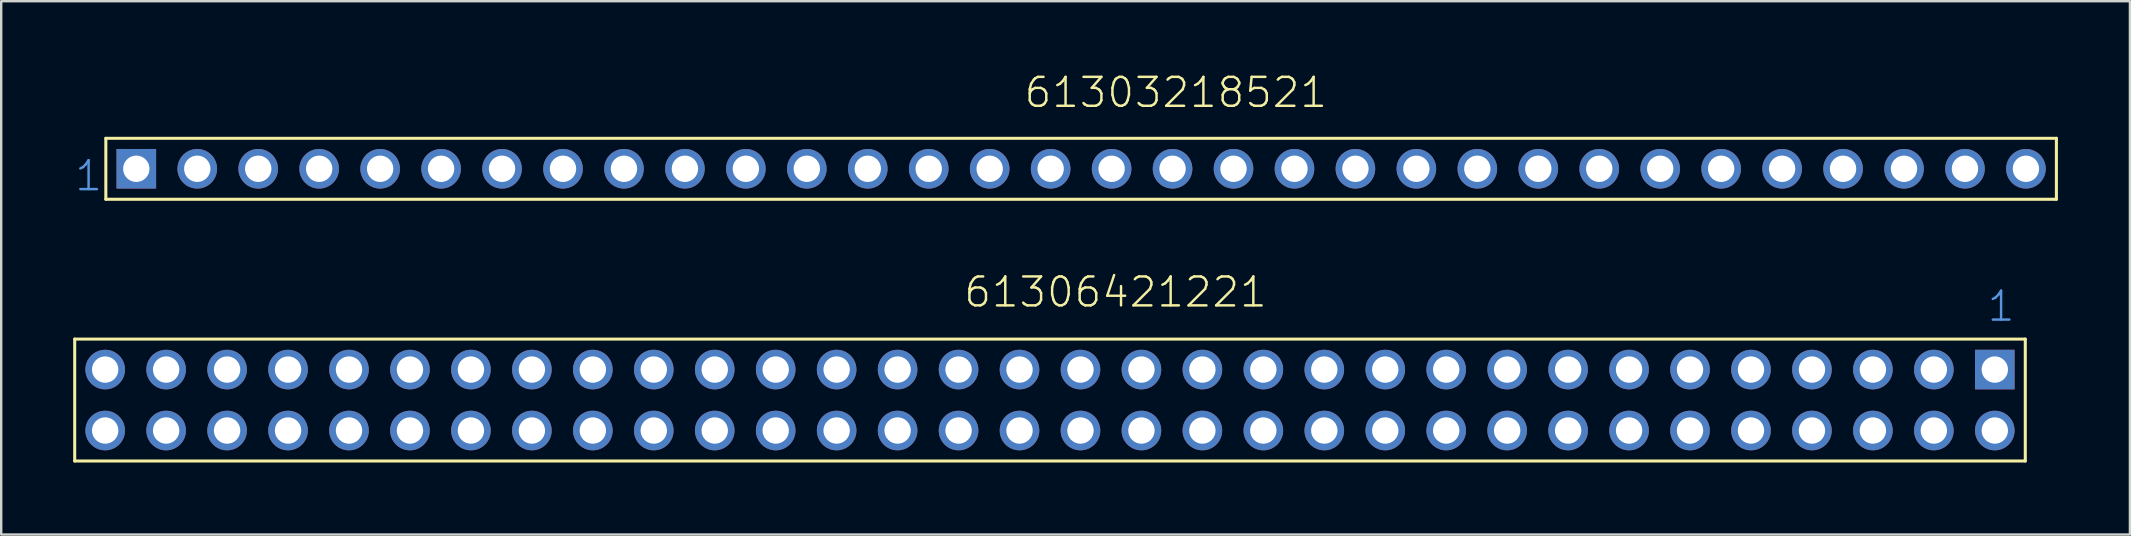
<source format=kicad_pcb>
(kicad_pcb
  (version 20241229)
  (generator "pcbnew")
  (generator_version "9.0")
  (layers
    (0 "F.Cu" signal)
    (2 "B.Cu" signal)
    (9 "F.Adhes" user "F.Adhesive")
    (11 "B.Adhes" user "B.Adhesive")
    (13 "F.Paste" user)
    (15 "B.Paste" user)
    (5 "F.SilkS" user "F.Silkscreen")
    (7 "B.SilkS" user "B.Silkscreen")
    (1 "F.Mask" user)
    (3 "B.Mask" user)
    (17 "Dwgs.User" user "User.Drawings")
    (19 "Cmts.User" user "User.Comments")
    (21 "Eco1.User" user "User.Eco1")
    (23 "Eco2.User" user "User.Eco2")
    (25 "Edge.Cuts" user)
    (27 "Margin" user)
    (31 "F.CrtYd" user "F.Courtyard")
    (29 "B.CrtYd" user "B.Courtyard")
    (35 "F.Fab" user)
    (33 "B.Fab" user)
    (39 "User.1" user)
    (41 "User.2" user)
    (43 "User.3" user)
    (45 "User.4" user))
  (footprint "61303218521"
    (layer "F.Cu")
    (at 42 3.983)
    (property "Reference" "61303218521" (at -2.438 -2.472 0) (layer "F.SilkS") (effects (font (size 1.206 1.206) (thickness 0.102)) (justify left bottom)))
    (attr through_hole)
    (fp_line (start -40.64 -1.27) (end 40.64 -1.27) (stroke (width 0.127) (type solid)) (layer "F.SilkS"))
    (fp_line (start -40.64 1.27) (end -40.64 -1.27) (stroke (width 0.127) (type solid)) (layer "F.SilkS"))
    (fp_line (start 40.64 -1.27) (end 40.64 1.27) (stroke (width 0.127) (type solid)) (layer "F.SilkS"))
    (fp_line (start 40.64 1.27) (end -40.64 1.27) (stroke (width 0.127) (type solid)) (layer "F.SilkS"))
    (fp_text user "1" (at -42 1 0) (layer "Cmts.User") (effects (font (size 1.206 1.206) (thickness 0.102)) (justify left bottom)))
    (pad "1" thru_hole rect (at -39.37 0) (size 1.65 1.65) (drill 1.1) (layers "*.Cu" "*.Mask"))
    (pad "2" thru_hole circle (at -36.83 0) (size 1.65 1.65) (drill 1.1) (layers "*.Cu" "*.Mask"))
    (pad "3" thru_hole circle (at -34.29 0) (size 1.65 1.65) (drill 1.1) (layers "*.Cu" "*.Mask"))
    (pad "4" thru_hole circle (at -31.75 0) (size 1.65 1.65) (drill 1.1) (layers "*.Cu" "*.Mask"))
    (pad "5" thru_hole circle (at -29.21 0) (size 1.65 1.65) (drill 1.1) (layers "*.Cu" "*.Mask"))
    (pad "6" thru_hole circle (at -26.67 0) (size 1.65 1.65) (drill 1.1) (layers "*.Cu" "*.Mask"))
    (pad "7" thru_hole circle (at -24.13 0) (size 1.65 1.65) (drill 1.1) (layers "*.Cu" "*.Mask"))
    (pad "8" thru_hole circle (at -21.59 0) (size 1.65 1.65) (drill 1.1) (layers "*.Cu" "*.Mask"))
    (pad "9" thru_hole circle (at -19.05 0) (size 1.65 1.65) (drill 1.1) (layers "*.Cu" "*.Mask"))
    (pad "10" thru_hole circle (at -16.51 0) (size 1.65 1.65) (drill 1.1) (layers "*.Cu" "*.Mask"))
    (pad "11" thru_hole circle (at -13.97 0) (size 1.65 1.65) (drill 1.1) (layers "*.Cu" "*.Mask"))
    (pad "12" thru_hole circle (at -11.43 0) (size 1.65 1.65) (drill 1.1) (layers "*.Cu" "*.Mask"))
    (pad "13" thru_hole circle (at -8.89 0) (size 1.65 1.65) (drill 1.1) (layers "*.Cu" "*.Mask"))
    (pad "14" thru_hole circle (at -6.35 0) (size 1.65 1.65) (drill 1.1) (layers "*.Cu" "*.Mask"))
    (pad "15" thru_hole circle (at -3.81 0) (size 1.65 1.65) (drill 1.1) (layers "*.Cu" "*.Mask"))
    (pad "16" thru_hole circle (at -1.27 0) (size 1.65 1.65) (drill 1.1) (layers "*.Cu" "*.Mask"))
    (pad "17" thru_hole circle (at 1.27 0) (size 1.65 1.65) (drill 1.1) (layers "*.Cu" "*.Mask"))
    (pad "18" thru_hole circle (at 3.81 0) (size 1.65 1.65) (drill 1.1) (layers "*.Cu" "*.Mask"))
    (pad "19" thru_hole circle (at 6.35 0) (size 1.65 1.65) (drill 1.1) (layers "*.Cu" "*.Mask"))
    (pad "20" thru_hole circle (at 8.89 0) (size 1.65 1.65) (drill 1.1) (layers "*.Cu" "*.Mask"))
    (pad "21" thru_hole circle (at 11.43 0) (size 1.65 1.65) (drill 1.1) (layers "*.Cu" "*.Mask"))
    (pad "22" thru_hole circle (at 13.97 0) (size 1.65 1.65) (drill 1.1) (layers "*.Cu" "*.Mask"))
    (pad "23" thru_hole circle (at 16.51 0) (size 1.65 1.65) (drill 1.1) (layers "*.Cu" "*.Mask"))
    (pad "24" thru_hole circle (at 19.05 0) (size 1.65 1.65) (drill 1.1) (layers "*.Cu" "*.Mask"))
    (pad "25" thru_hole circle (at 21.59 0) (size 1.65 1.65) (drill 1.1) (layers "*.Cu" "*.Mask"))
    (pad "26" thru_hole circle (at 24.13 0) (size 1.65 1.65) (drill 1.1) (layers "*.Cu" "*.Mask"))
    (pad "27" thru_hole circle (at 26.67 0) (size 1.65 1.65) (drill 1.1) (layers "*.Cu" "*.Mask"))
    (pad "28" thru_hole circle (at 29.21 0) (size 1.65 1.65) (drill 1.1) (layers "*.Cu" "*.Mask"))
    (pad "29" thru_hole circle (at 31.75 0) (size 1.65 1.65) (drill 1.1) (layers "*.Cu" "*.Mask"))
    (pad "30" thru_hole circle (at 34.29 0) (size 1.65 1.65) (drill 1.1) (layers "*.Cu" "*.Mask"))
    (pad "31" thru_hole circle (at 36.83 0) (size 1.65 1.65) (drill 1.1) (layers "*.Cu" "*.Mask"))
    (pad "32" thru_hole circle (at 39.37 0) (size 1.65 1.65) (drill 1.1) (layers "*.Cu" "*.Mask")))
  (footprint "61306421221"
    (layer "F.Cu")
    (at 40.703 13.62)
    (property "Reference" "61306421221" (at -3.654 -3.792 0) (layer "F.SilkS") (effects (font (size 1.206 1.206) (thickness 0.102)) (justify left bottom)))
    (attr through_hole)
    (fp_line (start -40.64 -2.54) (end 40.64 -2.54) (stroke (width 0.127) (type solid)) (layer "F.SilkS"))
    (fp_line (start -40.64 2.54) (end -40.64 -2.54) (stroke (width 0.127) (type solid)) (layer "F.SilkS"))
    (fp_line (start 40.64 -2.54) (end 40.64 2.54) (stroke (width 0.127) (type solid)) (layer "F.SilkS"))
    (fp_line (start 40.64 2.54) (end -40.64 2.54) (stroke (width 0.127) (type solid)) (layer "F.SilkS"))
    (fp_text user "1" (at 38.99 -3.2 0) (layer "Cmts.User") (effects (font (size 1.206 1.206) (thickness 0.102)) (justify left bottom)))
    (pad "1" thru_hole rect (at 39.37 -1.27) (size 1.65 1.65) (drill 1.1) (layers "*.Cu" "*.Mask"))
    (pad "2" thru_hole circle (at 36.83 -1.27) (size 1.65 1.65) (drill 1.1) (layers "*.Cu" "*.Mask"))
    (pad "3" thru_hole circle (at 34.29 -1.27) (size 1.65 1.65) (drill 1.1) (layers "*.Cu" "*.Mask"))
    (pad "4" thru_hole circle (at 31.75 -1.27) (size 1.65 1.65) (drill 1.1) (layers "*.Cu" "*.Mask"))
    (pad "5" thru_hole circle (at 29.21 -1.27) (size 1.65 1.65) (drill 1.1) (layers "*.Cu" "*.Mask"))
    (pad "6" thru_hole circle (at 26.67 -1.27) (size 1.65 1.65) (drill 1.1) (layers "*.Cu" "*.Mask"))
    (pad "7" thru_hole circle (at 24.13 -1.27) (size 1.65 1.65) (drill 1.1) (layers "*.Cu" "*.Mask"))
    (pad "8" thru_hole circle (at 21.59 -1.27) (size 1.65 1.65) (drill 1.1) (layers "*.Cu" "*.Mask"))
    (pad "9" thru_hole circle (at 19.05 -1.27) (size 1.65 1.65) (drill 1.1) (layers "*.Cu" "*.Mask"))
    (pad "10" thru_hole circle (at 16.51 -1.27) (size 1.65 1.65) (drill 1.1) (layers "*.Cu" "*.Mask"))
    (pad "11" thru_hole circle (at 13.97 -1.27) (size 1.65 1.65) (drill 1.1) (layers "*.Cu" "*.Mask"))
    (pad "12" thru_hole circle (at 11.43 -1.27) (size 1.65 1.65) (drill 1.1) (layers "*.Cu" "*.Mask"))
    (pad "13" thru_hole circle (at 8.89 -1.27) (size 1.65 1.65) (drill 1.1) (layers "*.Cu" "*.Mask"))
    (pad "14" thru_hole circle (at 6.35 -1.27) (size 1.65 1.65) (drill 1.1) (layers "*.Cu" "*.Mask"))
    (pad "15" thru_hole circle (at 3.81 -1.27) (size 1.65 1.65) (drill 1.1) (layers "*.Cu" "*.Mask"))
    (pad "16" thru_hole circle (at 1.27 -1.27) (size 1.65 1.65) (drill 1.1) (layers "*.Cu" "*.Mask"))
    (pad "17" thru_hole circle (at -1.27 -1.27) (size 1.65 1.65) (drill 1.1) (layers "*.Cu" "*.Mask"))
    (pad "18" thru_hole circle (at -3.81 -1.27) (size 1.65 1.65) (drill 1.1) (layers "*.Cu" "*.Mask"))
    (pad "19" thru_hole circle (at -6.35 -1.27) (size 1.65 1.65) (drill 1.1) (layers "*.Cu" "*.Mask"))
    (pad "20" thru_hole circle (at -8.89 -1.27) (size 1.65 1.65) (drill 1.1) (layers "*.Cu" "*.Mask"))
    (pad "21" thru_hole circle (at -11.43 -1.27) (size 1.65 1.65) (drill 1.1) (layers "*.Cu" "*.Mask"))
    (pad "22" thru_hole circle (at -13.97 -1.27) (size 1.65 1.65) (drill 1.1) (layers "*.Cu" "*.Mask"))
    (pad "23" thru_hole circle (at -16.51 -1.27) (size 1.65 1.65) (drill 1.1) (layers "*.Cu" "*.Mask"))
    (pad "24" thru_hole circle (at -19.05 -1.27) (size 1.65 1.65) (drill 1.1) (layers "*.Cu" "*.Mask"))
    (pad "25" thru_hole circle (at -21.59 -1.27) (size 1.65 1.65) (drill 1.1) (layers "*.Cu" "*.Mask"))
    (pad "26" thru_hole circle (at -24.13 -1.27) (size 1.65 1.65) (drill 1.1) (layers "*.Cu" "*.Mask"))
    (pad "27" thru_hole circle (at -26.67 -1.27) (size 1.65 1.65) (drill 1.1) (layers "*.Cu" "*.Mask"))
    (pad "28" thru_hole circle (at -29.21 -1.27) (size 1.65 1.65) (drill 1.1) (layers "*.Cu" "*.Mask"))
    (pad "29" thru_hole circle (at -31.75 -1.27) (size 1.65 1.65) (drill 1.1) (layers "*.Cu" "*.Mask"))
    (pad "30" thru_hole circle (at -34.29 -1.27) (size 1.65 1.65) (drill 1.1) (layers "*.Cu" "*.Mask"))
    (pad "31" thru_hole circle (at -36.83 -1.27) (size 1.65 1.65) (drill 1.1) (layers "*.Cu" "*.Mask"))
    (pad "32" thru_hole circle (at -39.37 -1.27) (size 1.65 1.65) (drill 1.1) (layers "*.Cu" "*.Mask"))
    (pad "33" thru_hole circle (at 39.37 1.27) (size 1.65 1.65) (drill 1.1) (layers "*.Cu" "*.Mask"))
    (pad "34" thru_hole circle (at 36.83 1.27) (size 1.65 1.65) (drill 1.1) (layers "*.Cu" "*.Mask"))
    (pad "35" thru_hole circle (at 34.29 1.27) (size 1.65 1.65) (drill 1.1) (layers "*.Cu" "*.Mask"))
    (pad "36" thru_hole circle (at 31.75 1.27) (size 1.65 1.65) (drill 1.1) (layers "*.Cu" "*.Mask"))
    (pad "37" thru_hole circle (at 29.21 1.27) (size 1.65 1.65) (drill 1.1) (layers "*.Cu" "*.Mask"))
    (pad "38" thru_hole circle (at 26.67 1.27) (size 1.65 1.65) (drill 1.1) (layers "*.Cu" "*.Mask"))
    (pad "39" thru_hole circle (at 24.13 1.27) (size 1.65 1.65) (drill 1.1) (layers "*.Cu" "*.Mask"))
    (pad "40" thru_hole circle (at 21.59 1.27) (size 1.65 1.65) (drill 1.1) (layers "*.Cu" "*.Mask"))
    (pad "41" thru_hole circle (at 19.05 1.27) (size 1.65 1.65) (drill 1.1) (layers "*.Cu" "*.Mask"))
    (pad "42" thru_hole circle (at 16.51 1.27) (size 1.65 1.65) (drill 1.1) (layers "*.Cu" "*.Mask"))
    (pad "43" thru_hole circle (at 13.97 1.27) (size 1.65 1.65) (drill 1.1) (layers "*.Cu" "*.Mask"))
    (pad "44" thru_hole circle (at 11.43 1.27) (size 1.65 1.65) (drill 1.1) (layers "*.Cu" "*.Mask"))
    (pad "45" thru_hole circle (at 8.89 1.27) (size 1.65 1.65) (drill 1.1) (layers "*.Cu" "*.Mask"))
    (pad "46" thru_hole circle (at 6.35 1.27) (size 1.65 1.65) (drill 1.1) (layers "*.Cu" "*.Mask"))
    (pad "47" thru_hole circle (at 3.81 1.27) (size 1.65 1.65) (drill 1.1) (layers "*.Cu" "*.Mask"))
    (pad "48" thru_hole circle (at 1.27 1.27) (size 1.65 1.65) (drill 1.1) (layers "*.Cu" "*.Mask"))
    (pad "49" thru_hole circle (at -1.27 1.27) (size 1.65 1.65) (drill 1.1) (layers "*.Cu" "*.Mask"))
    (pad "50" thru_hole circle (at -3.81 1.27) (size 1.65 1.65) (drill 1.1) (layers "*.Cu" "*.Mask"))
    (pad "51" thru_hole circle (at -6.35 1.27) (size 1.65 1.65) (drill 1.1) (layers "*.Cu" "*.Mask"))
    (pad "52" thru_hole circle (at -8.89 1.27) (size 1.65 1.65) (drill 1.1) (layers "*.Cu" "*.Mask"))
    (pad "53" thru_hole circle (at -11.43 1.27) (size 1.65 1.65) (drill 1.1) (layers "*.Cu" "*.Mask"))
    (pad "54" thru_hole circle (at -13.97 1.27) (size 1.65 1.65) (drill 1.1) (layers "*.Cu" "*.Mask"))
    (pad "55" thru_hole circle (at -16.51 1.27) (size 1.65 1.65) (drill 1.1) (layers "*.Cu" "*.Mask"))
    (pad "56" thru_hole circle (at -19.05 1.27) (size 1.65 1.65) (drill 1.1) (layers "*.Cu" "*.Mask"))
    (pad "57" thru_hole circle (at -21.59 1.27) (size 1.65 1.65) (drill 1.1) (layers "*.Cu" "*.Mask"))
    (pad "58" thru_hole circle (at -24.13 1.27) (size 1.65 1.65) (drill 1.1) (layers "*.Cu" "*.Mask"))
    (pad "59" thru_hole circle (at -26.67 1.27) (size 1.65 1.65) (drill 1.1) (layers "*.Cu" "*.Mask"))
    (pad "60" thru_hole circle (at -29.21 1.27) (size 1.65 1.65) (drill 1.1) (layers "*.Cu" "*.Mask"))
    (pad "61" thru_hole circle (at -31.75 1.27) (size 1.65 1.65) (drill 1.1) (layers "*.Cu" "*.Mask"))
    (pad "62" thru_hole circle (at -34.29 1.27) (size 1.65 1.65) (drill 1.1) (layers "*.Cu" "*.Mask"))
    (pad "63" thru_hole circle (at -36.83 1.27) (size 1.65 1.65) (drill 1.1) (layers "*.Cu" "*.Mask"))
    (pad "64" thru_hole circle (at -39.37 1.27) (size 1.65 1.65) (drill 1.1) (layers "*.Cu" "*.Mask")))
  (gr_rect
    (start -3 -3)
    (end 85.704 19.224)
    (stroke (width 0.1) (type default))
    (fill no)
    (layer "Edge.Cuts")))
</source>
